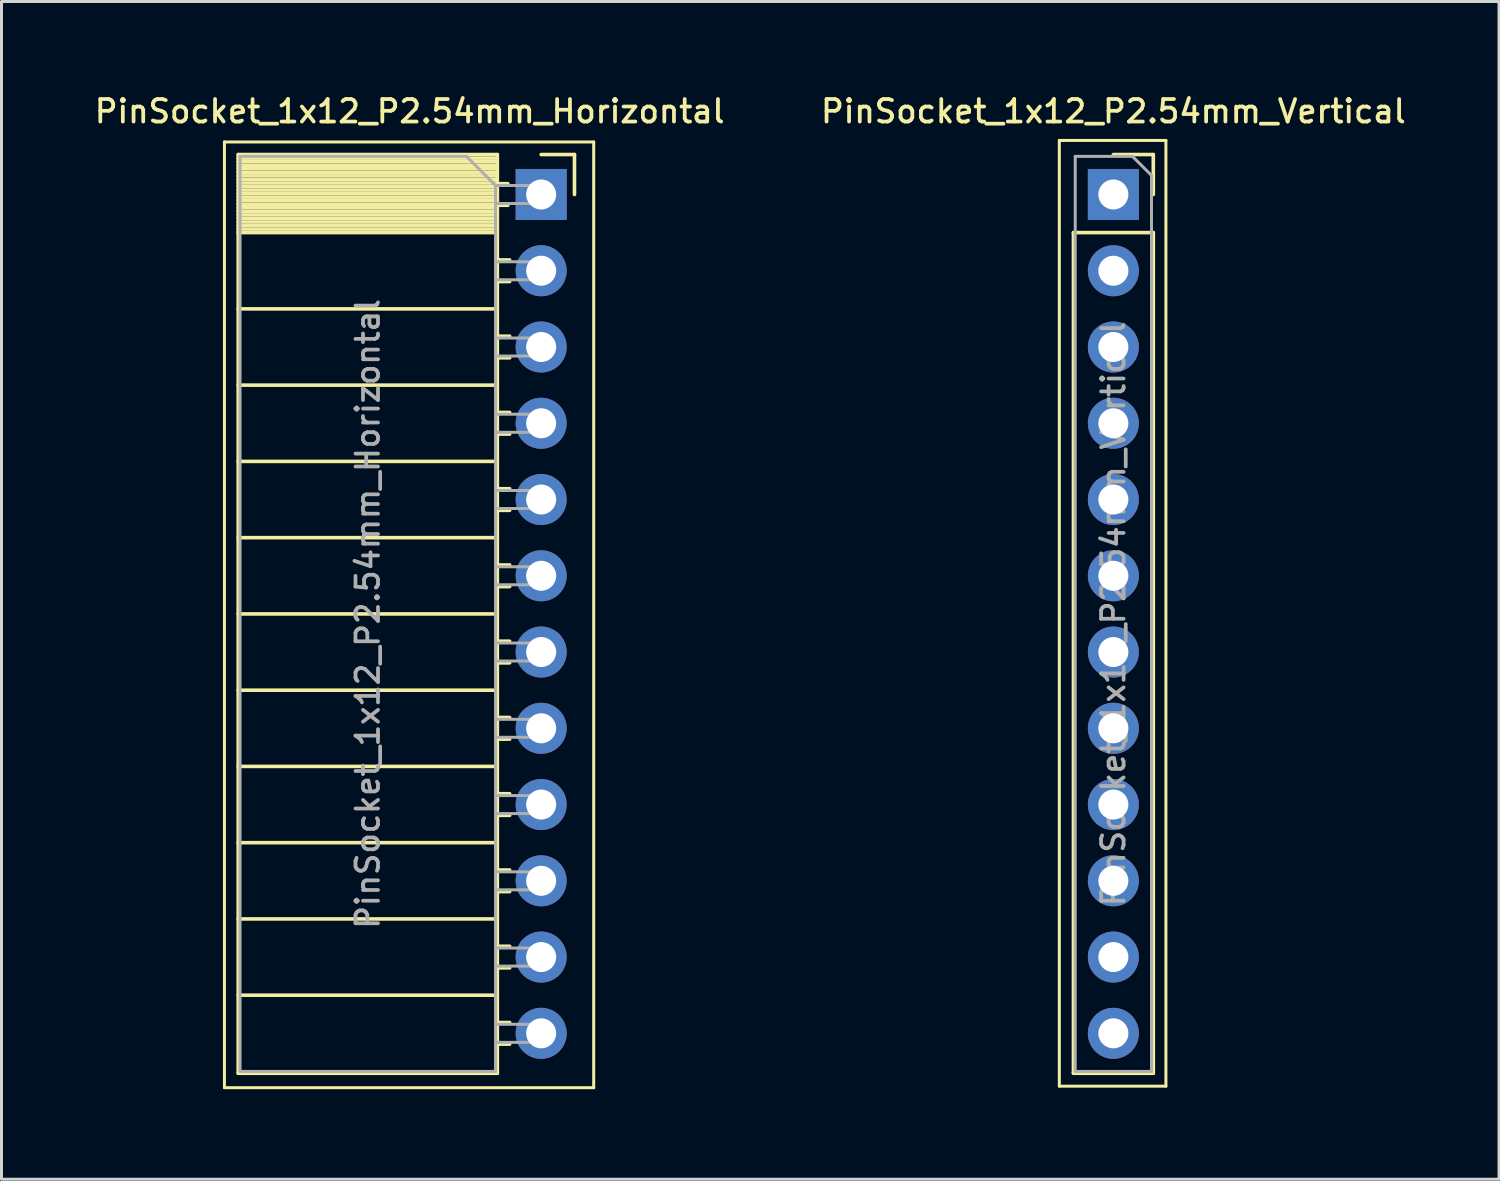
<source format=kicad_pcb>
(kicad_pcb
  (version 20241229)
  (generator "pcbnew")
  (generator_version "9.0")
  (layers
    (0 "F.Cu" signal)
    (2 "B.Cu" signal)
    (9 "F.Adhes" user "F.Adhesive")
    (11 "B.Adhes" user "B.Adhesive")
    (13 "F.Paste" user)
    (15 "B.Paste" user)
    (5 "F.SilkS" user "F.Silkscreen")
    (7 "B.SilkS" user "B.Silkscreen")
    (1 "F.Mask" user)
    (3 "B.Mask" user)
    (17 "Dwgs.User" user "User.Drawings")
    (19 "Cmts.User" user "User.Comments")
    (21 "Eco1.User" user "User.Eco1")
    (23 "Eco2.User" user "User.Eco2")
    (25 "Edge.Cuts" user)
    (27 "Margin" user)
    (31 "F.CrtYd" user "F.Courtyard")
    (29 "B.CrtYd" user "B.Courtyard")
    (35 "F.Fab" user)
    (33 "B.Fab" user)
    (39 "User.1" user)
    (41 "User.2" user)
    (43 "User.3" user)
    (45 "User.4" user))
  (footprint "PinSocket_1x12_P2.54mm_Vertical"
    (layer "F.Cu")
    (at 34.034 3.428)
    (property "Reference" "PinSocket_1x12_P2.54mm_Vertical" (at 0 -2.77 0) (layer "F.SilkS") (effects (font (size 0.75 0.75) (thickness 0.125))))
    (attr through_hole)
    (fp_line (start -1.8 -1.8) (end 1.75 -1.8) (stroke (width 0.1) (type solid)) (layer "F.SilkS"))
    (fp_line (start -1.8 29.7) (end -1.8 -1.8) (stroke (width 0.1) (type solid)) (layer "F.SilkS"))
    (fp_line (start -1.33 1.27) (end -1.33 29.27) (stroke (width 0.12) (type solid)) (layer "F.SilkS"))
    (fp_line (start -1.33 1.27) (end 1.33 1.27) (stroke (width 0.12) (type solid)) (layer "F.SilkS"))
    (fp_line (start -1.33 29.27) (end 1.33 29.27) (stroke (width 0.12) (type solid)) (layer "F.SilkS"))
    (fp_line (start 0 -1.33) (end 1.33 -1.33) (stroke (width 0.12) (type solid)) (layer "F.SilkS"))
    (fp_line (start 1.33 -1.33) (end 1.33 0) (stroke (width 0.12) (type solid)) (layer "F.SilkS"))
    (fp_line (start 1.33 1.27) (end 1.33 29.27) (stroke (width 0.12) (type solid)) (layer "F.SilkS"))
    (fp_line (start 1.75 -1.8) (end 1.75 29.7) (stroke (width 0.1) (type solid)) (layer "F.SilkS"))
    (fp_line (start 1.75 29.7) (end -1.8 29.7) (stroke (width 0.1) (type solid)) (layer "F.SilkS"))
    (fp_line (start -1.27 -1.27) (end 0.635 -1.27) (stroke (width 0.1) (type solid)) (layer "F.Fab"))
    (fp_line (start -1.27 29.21) (end -1.27 -1.27) (stroke (width 0.1) (type solid)) (layer "F.Fab"))
    (fp_line (start 0.635 -1.27) (end 1.27 -0.635) (stroke (width 0.1) (type solid)) (layer "F.Fab"))
    (fp_line (start 1.27 -0.635) (end 1.27 29.21) (stroke (width 0.1) (type solid)) (layer "F.Fab"))
    (fp_line (start 1.27 29.21) (end -1.27 29.21) (stroke (width 0.1) (type solid)) (layer "F.Fab"))
    (fp_text user "${REFERENCE}" (at 0 13.97 90) (layer "F.Fab") (effects (font (size 0.75 0.75) (thickness 0.125))))
    (pad "1" thru_hole rect (at 0 0) (size 1.7 1.7) (drill 1) (layers "*.Cu" "*.Mask"))
    (pad "2" thru_hole oval (at 0 2.54) (size 1.7 1.7) (drill 1) (layers "*.Cu" "*.Mask"))
    (pad "3" thru_hole oval (at 0 5.08) (size 1.7 1.7) (drill 1) (layers "*.Cu" "*.Mask"))
    (pad "4" thru_hole oval (at 0 7.62) (size 1.7 1.7) (drill 1) (layers "*.Cu" "*.Mask"))
    (pad "5" thru_hole oval (at 0 10.16) (size 1.7 1.7) (drill 1) (layers "*.Cu" "*.Mask"))
    (pad "6" thru_hole oval (at 0 12.7) (size 1.7 1.7) (drill 1) (layers "*.Cu" "*.Mask"))
    (pad "7" thru_hole oval (at 0 15.24) (size 1.7 1.7) (drill 1) (layers "*.Cu" "*.Mask"))
    (pad "8" thru_hole oval (at 0 17.78) (size 1.7 1.7) (drill 1) (layers "*.Cu" "*.Mask"))
    (pad "9" thru_hole oval (at 0 20.32) (size 1.7 1.7) (drill 1) (layers "*.Cu" "*.Mask"))
    (pad "10" thru_hole oval (at 0 22.86) (size 1.7 1.7) (drill 1) (layers "*.Cu" "*.Mask"))
    (pad "11" thru_hole oval (at 0 25.4) (size 1.7 1.7) (drill 1) (layers "*.Cu" "*.Mask"))
    (pad "12" thru_hole oval (at 0 27.94) (size 1.7 1.7) (drill 1) (layers "*.Cu" "*.Mask")))
  (footprint "PinSocket_1x12_P2.54mm_Horizontal"
    (layer "F.Cu")
    (at 14.975 3.428)
    (property "Reference" "PinSocket_1x12_P2.54mm_Horizontal" (at -4.38 -2.77 0) (layer "F.SilkS") (effects (font (size 0.75 0.75) (thickness 0.125))))
    (attr through_hole)
    (fp_line (start -10.55 -1.75) (end -10.55 29.75) (stroke (width 0.1) (type solid)) (layer "F.SilkS"))
    (fp_line (start -10.55 29.75) (end 1.75 29.75) (stroke (width 0.1) (type solid)) (layer "F.SilkS"))
    (fp_line (start -10.09 -1.33) (end -10.09 29.27) (stroke (width 0.12) (type solid)) (layer "F.SilkS"))
    (fp_line (start -10.09 -1.33) (end -1.46 -1.33) (stroke (width 0.12) (type solid)) (layer "F.SilkS"))
    (fp_line (start -10.09 -1.21) (end -1.46 -1.21) (stroke (width 0.12) (type solid)) (layer "F.SilkS"))
    (fp_line (start -10.09 -1.092) (end -1.46 -1.092) (stroke (width 0.12) (type solid)) (layer "F.SilkS"))
    (fp_line (start -10.09 -0.974) (end -1.46 -0.974) (stroke (width 0.12) (type solid)) (layer "F.SilkS"))
    (fp_line (start -10.09 -0.856) (end -1.46 -0.856) (stroke (width 0.12) (type solid)) (layer "F.SilkS"))
    (fp_line (start -10.09 -0.738) (end -1.46 -0.738) (stroke (width 0.12) (type solid)) (layer "F.SilkS"))
    (fp_line (start -10.09 -0.62) (end -1.46 -0.62) (stroke (width 0.12) (type solid)) (layer "F.SilkS"))
    (fp_line (start -10.09 -0.501) (end -1.46 -0.501) (stroke (width 0.12) (type solid)) (layer "F.SilkS"))
    (fp_line (start -10.09 -0.383) (end -1.46 -0.383) (stroke (width 0.12) (type solid)) (layer "F.SilkS"))
    (fp_line (start -10.09 -0.265) (end -1.46 -0.265) (stroke (width 0.12) (type solid)) (layer "F.SilkS"))
    (fp_line (start -10.09 -0.147) (end -1.46 -0.147) (stroke (width 0.12) (type solid)) (layer "F.SilkS"))
    (fp_line (start -10.09 -0.029) (end -1.46 -0.029) (stroke (width 0.12) (type solid)) (layer "F.SilkS"))
    (fp_line (start -10.09 0.089) (end -1.46 0.089) (stroke (width 0.12) (type solid)) (layer "F.SilkS"))
    (fp_line (start -10.09 0.207) (end -1.46 0.207) (stroke (width 0.12) (type solid)) (layer "F.SilkS"))
    (fp_line (start -10.09 0.325) (end -1.46 0.325) (stroke (width 0.12) (type solid)) (layer "F.SilkS"))
    (fp_line (start -10.09 0.443) (end -1.46 0.443) (stroke (width 0.12) (type solid)) (layer "F.SilkS"))
    (fp_line (start -10.09 0.561) (end -1.46 0.561) (stroke (width 0.12) (type solid)) (layer "F.SilkS"))
    (fp_line (start -10.09 0.68) (end -1.46 0.68) (stroke (width 0.12) (type solid)) (layer "F.SilkS"))
    (fp_line (start -10.09 0.798) (end -1.46 0.798) (stroke (width 0.12) (type solid)) (layer "F.SilkS"))
    (fp_line (start -10.09 0.916) (end -1.46 0.916) (stroke (width 0.12) (type solid)) (layer "F.SilkS"))
    (fp_line (start -10.09 1.034) (end -1.46 1.034) (stroke (width 0.12) (type solid)) (layer "F.SilkS"))
    (fp_line (start -10.09 1.152) (end -1.46 1.152) (stroke (width 0.12) (type solid)) (layer "F.SilkS"))
    (fp_line (start -10.09 1.27) (end -1.46 1.27) (stroke (width 0.12) (type solid)) (layer "F.SilkS"))
    (fp_line (start -10.09 3.81) (end -1.46 3.81) (stroke (width 0.12) (type solid)) (layer "F.SilkS"))
    (fp_line (start -10.09 6.35) (end -1.46 6.35) (stroke (width 0.12) (type solid)) (layer "F.SilkS"))
    (fp_line (start -10.09 8.89) (end -1.46 8.89) (stroke (width 0.12) (type solid)) (layer "F.SilkS"))
    (fp_line (start -10.09 11.43) (end -1.46 11.43) (stroke (width 0.12) (type solid)) (layer "F.SilkS"))
    (fp_line (start -10.09 13.97) (end -1.46 13.97) (stroke (width 0.12) (type solid)) (layer "F.SilkS"))
    (fp_line (start -10.09 16.51) (end -1.46 16.51) (stroke (width 0.12) (type solid)) (layer "F.SilkS"))
    (fp_line (start -10.09 19.05) (end -1.46 19.05) (stroke (width 0.12) (type solid)) (layer "F.SilkS"))
    (fp_line (start -10.09 21.59) (end -1.46 21.59) (stroke (width 0.12) (type solid)) (layer "F.SilkS"))
    (fp_line (start -10.09 24.13) (end -1.46 24.13) (stroke (width 0.12) (type solid)) (layer "F.SilkS"))
    (fp_line (start -10.09 26.67) (end -1.46 26.67) (stroke (width 0.12) (type solid)) (layer "F.SilkS"))
    (fp_line (start -10.09 29.27) (end -1.46 29.27) (stroke (width 0.12) (type solid)) (layer "F.SilkS"))
    (fp_line (start -1.46 -1.33) (end -1.46 29.27) (stroke (width 0.12) (type solid)) (layer "F.SilkS"))
    (fp_line (start -1.46 -0.36) (end -1.11 -0.36) (stroke (width 0.12) (type solid)) (layer "F.SilkS"))
    (fp_line (start -1.46 0.36) (end -1.11 0.36) (stroke (width 0.12) (type solid)) (layer "F.SilkS"))
    (fp_line (start -1.46 2.18) (end -1.05 2.18) (stroke (width 0.12) (type solid)) (layer "F.SilkS"))
    (fp_line (start -1.46 2.9) (end -1.05 2.9) (stroke (width 0.12) (type solid)) (layer "F.SilkS"))
    (fp_line (start -1.46 4.72) (end -1.05 4.72) (stroke (width 0.12) (type solid)) (layer "F.SilkS"))
    (fp_line (start -1.46 5.44) (end -1.05 5.44) (stroke (width 0.12) (type solid)) (layer "F.SilkS"))
    (fp_line (start -1.46 7.26) (end -1.05 7.26) (stroke (width 0.12) (type solid)) (layer "F.SilkS"))
    (fp_line (start -1.46 7.98) (end -1.05 7.98) (stroke (width 0.12) (type solid)) (layer "F.SilkS"))
    (fp_line (start -1.46 9.8) (end -1.05 9.8) (stroke (width 0.12) (type solid)) (layer "F.SilkS"))
    (fp_line (start -1.46 10.52) (end -1.05 10.52) (stroke (width 0.12) (type solid)) (layer "F.SilkS"))
    (fp_line (start -1.46 12.34) (end -1.05 12.34) (stroke (width 0.12) (type solid)) (layer "F.SilkS"))
    (fp_line (start -1.46 13.06) (end -1.05 13.06) (stroke (width 0.12) (type solid)) (layer "F.SilkS"))
    (fp_line (start -1.46 14.88) (end -1.05 14.88) (stroke (width 0.12) (type solid)) (layer "F.SilkS"))
    (fp_line (start -1.46 15.6) (end -1.05 15.6) (stroke (width 0.12) (type solid)) (layer "F.SilkS"))
    (fp_line (start -1.46 17.42) (end -1.05 17.42) (stroke (width 0.12) (type solid)) (layer "F.SilkS"))
    (fp_line (start -1.46 18.14) (end -1.05 18.14) (stroke (width 0.12) (type solid)) (layer "F.SilkS"))
    (fp_line (start -1.46 19.96) (end -1.05 19.96) (stroke (width 0.12) (type solid)) (layer "F.SilkS"))
    (fp_line (start -1.46 20.68) (end -1.05 20.68) (stroke (width 0.12) (type solid)) (layer "F.SilkS"))
    (fp_line (start -1.46 22.5) (end -1.05 22.5) (stroke (width 0.12) (type solid)) (layer "F.SilkS"))
    (fp_line (start -1.46 23.22) (end -1.05 23.22) (stroke (width 0.12) (type solid)) (layer "F.SilkS"))
    (fp_line (start -1.46 25.04) (end -1.05 25.04) (stroke (width 0.12) (type solid)) (layer "F.SilkS"))
    (fp_line (start -1.46 25.76) (end -1.05 25.76) (stroke (width 0.12) (type solid)) (layer "F.SilkS"))
    (fp_line (start -1.46 27.58) (end -1.05 27.58) (stroke (width 0.12) (type solid)) (layer "F.SilkS"))
    (fp_line (start -1.46 28.3) (end -1.05 28.3) (stroke (width 0.12) (type solid)) (layer "F.SilkS"))
    (fp_line (start 0 -1.33) (end 1.11 -1.33) (stroke (width 0.12) (type solid)) (layer "F.SilkS"))
    (fp_line (start 1.11 -1.33) (end 1.11 0) (stroke (width 0.12) (type solid)) (layer "F.SilkS"))
    (fp_line (start 1.75 -1.75) (end -10.55 -1.75) (stroke (width 0.1) (type solid)) (layer "F.SilkS"))
    (fp_line (start 1.75 29.75) (end 1.75 -1.75) (stroke (width 0.1) (type solid)) (layer "F.SilkS"))
    (fp_line (start -10.03 -1.27) (end -2.49 -1.27) (stroke (width 0.1) (type solid)) (layer "F.Fab"))
    (fp_line (start -10.03 29.21) (end -10.03 -1.27) (stroke (width 0.1) (type solid)) (layer "F.Fab"))
    (fp_line (start -2.49 -1.27) (end -1.52 -0.3) (stroke (width 0.1) (type solid)) (layer "F.Fab"))
    (fp_line (start -1.52 -0.3) (end -1.52 29.21) (stroke (width 0.1) (type solid)) (layer "F.Fab"))
    (fp_line (start -1.52 0.3) (end 0 0.3) (stroke (width 0.1) (type solid)) (layer "F.Fab"))
    (fp_line (start -1.52 2.84) (end 0 2.84) (stroke (width 0.1) (type solid)) (layer "F.Fab"))
    (fp_line (start -1.52 5.38) (end 0 5.38) (stroke (width 0.1) (type solid)) (layer "F.Fab"))
    (fp_line (start -1.52 7.92) (end 0 7.92) (stroke (width 0.1) (type solid)) (layer "F.Fab"))
    (fp_line (start -1.52 10.46) (end 0 10.46) (stroke (width 0.1) (type solid)) (layer "F.Fab"))
    (fp_line (start -1.52 13) (end 0 13) (stroke (width 0.1) (type solid)) (layer "F.Fab"))
    (fp_line (start -1.52 15.54) (end 0 15.54) (stroke (width 0.1) (type solid)) (layer "F.Fab"))
    (fp_line (start -1.52 18.08) (end 0 18.08) (stroke (width 0.1) (type solid)) (layer "F.Fab"))
    (fp_line (start -1.52 20.62) (end 0 20.62) (stroke (width 0.1) (type solid)) (layer "F.Fab"))
    (fp_line (start -1.52 23.16) (end 0 23.16) (stroke (width 0.1) (type solid)) (layer "F.Fab"))
    (fp_line (start -1.52 25.7) (end 0 25.7) (stroke (width 0.1) (type solid)) (layer "F.Fab"))
    (fp_line (start -1.52 28.24) (end 0 28.24) (stroke (width 0.1) (type solid)) (layer "F.Fab"))
    (fp_line (start -1.52 29.21) (end -10.03 29.21) (stroke (width 0.1) (type solid)) (layer "F.Fab"))
    (fp_line (start 0 -0.3) (end -1.52 -0.3) (stroke (width 0.1) (type solid)) (layer "F.Fab"))
    (fp_line (start 0 0.3) (end 0 -0.3) (stroke (width 0.1) (type solid)) (layer "F.Fab"))
    (fp_line (start 0 2.24) (end -1.52 2.24) (stroke (width 0.1) (type solid)) (layer "F.Fab"))
    (fp_line (start 0 2.84) (end 0 2.24) (stroke (width 0.1) (type solid)) (layer "F.Fab"))
    (fp_line (start 0 4.78) (end -1.52 4.78) (stroke (width 0.1) (type solid)) (layer "F.Fab"))
    (fp_line (start 0 5.38) (end 0 4.78) (stroke (width 0.1) (type solid)) (layer "F.Fab"))
    (fp_line (start 0 7.32) (end -1.52 7.32) (stroke (width 0.1) (type solid)) (layer "F.Fab"))
    (fp_line (start 0 7.92) (end 0 7.32) (stroke (width 0.1) (type solid)) (layer "F.Fab"))
    (fp_line (start 0 9.86) (end -1.52 9.86) (stroke (width 0.1) (type solid)) (layer "F.Fab"))
    (fp_line (start 0 10.46) (end 0 9.86) (stroke (width 0.1) (type solid)) (layer "F.Fab"))
    (fp_line (start 0 12.4) (end -1.52 12.4) (stroke (width 0.1) (type solid)) (layer "F.Fab"))
    (fp_line (start 0 13) (end 0 12.4) (stroke (width 0.1) (type solid)) (layer "F.Fab"))
    (fp_line (start 0 14.94) (end -1.52 14.94) (stroke (width 0.1) (type solid)) (layer "F.Fab"))
    (fp_line (start 0 15.54) (end 0 14.94) (stroke (width 0.1) (type solid)) (layer "F.Fab"))
    (fp_line (start 0 17.48) (end -1.52 17.48) (stroke (width 0.1) (type solid)) (layer "F.Fab"))
    (fp_line (start 0 18.08) (end 0 17.48) (stroke (width 0.1) (type solid)) (layer "F.Fab"))
    (fp_line (start 0 20.02) (end -1.52 20.02) (stroke (width 0.1) (type solid)) (layer "F.Fab"))
    (fp_line (start 0 20.62) (end 0 20.02) (stroke (width 0.1) (type solid)) (layer "F.Fab"))
    (fp_line (start 0 22.56) (end -1.52 22.56) (stroke (width 0.1) (type solid)) (layer "F.Fab"))
    (fp_line (start 0 23.16) (end 0 22.56) (stroke (width 0.1) (type solid)) (layer "F.Fab"))
    (fp_line (start 0 25.1) (end -1.52 25.1) (stroke (width 0.1) (type solid)) (layer "F.Fab"))
    (fp_line (start 0 25.7) (end 0 25.1) (stroke (width 0.1) (type solid)) (layer "F.Fab"))
    (fp_line (start 0 27.64) (end -1.52 27.64) (stroke (width 0.1) (type solid)) (layer "F.Fab"))
    (fp_line (start 0 28.24) (end 0 27.64) (stroke (width 0.1) (type solid)) (layer "F.Fab"))
    (fp_text user "${REFERENCE}" (at -5.775 13.97 90) (layer "F.Fab") (effects (font (size 0.75 0.75) (thickness 0.125))))
    (pad "1" thru_hole rect (at 0 0) (size 1.7 1.7) (drill 1) (layers "*.Cu" "*.Mask"))
    (pad "2" thru_hole oval (at 0 2.54) (size 1.7 1.7) (drill 1) (layers "*.Cu" "*.Mask"))
    (pad "3" thru_hole oval (at 0 5.08) (size 1.7 1.7) (drill 1) (layers "*.Cu" "*.Mask"))
    (pad "4" thru_hole oval (at 0 7.62) (size 1.7 1.7) (drill 1) (layers "*.Cu" "*.Mask"))
    (pad "5" thru_hole oval (at 0 10.16) (size 1.7 1.7) (drill 1) (layers "*.Cu" "*.Mask"))
    (pad "6" thru_hole oval (at 0 12.7) (size 1.7 1.7) (drill 1) (layers "*.Cu" "*.Mask"))
    (pad "7" thru_hole oval (at 0 15.24) (size 1.7 1.7) (drill 1) (layers "*.Cu" "*.Mask"))
    (pad "8" thru_hole oval (at 0 17.78) (size 1.7 1.7) (drill 1) (layers "*.Cu" "*.Mask"))
    (pad "9" thru_hole oval (at 0 20.32) (size 1.7 1.7) (drill 1) (layers "*.Cu" "*.Mask"))
    (pad "10" thru_hole oval (at 0 22.86) (size 1.7 1.7) (drill 1) (layers "*.Cu" "*.Mask"))
    (pad "11" thru_hole oval (at 0 25.4) (size 1.7 1.7) (drill 1) (layers "*.Cu" "*.Mask"))
    (pad "12" thru_hole oval (at 0 27.94) (size 1.7 1.7) (drill 1) (layers "*.Cu" "*.Mask")))
  (gr_rect
    (start -3 -3)
    (end 46.879 36.228)
    (stroke (width 0.1) (type default))
    (fill no)
    (layer "Edge.Cuts")))
</source>
